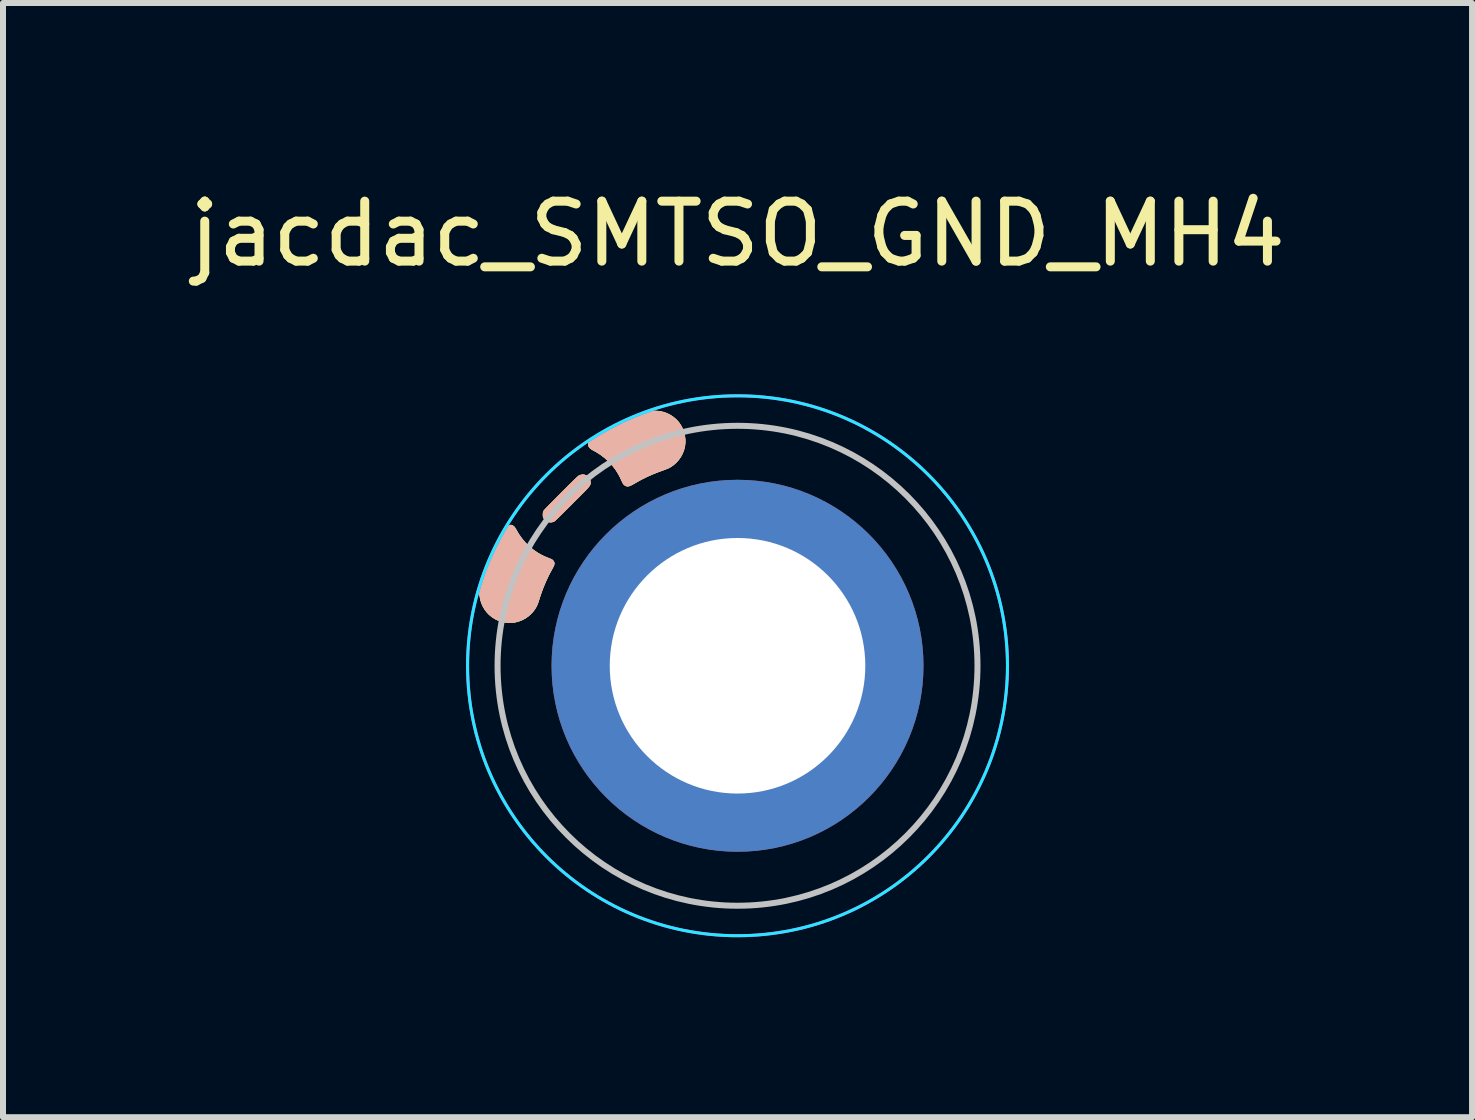
<source format=kicad_pcb>
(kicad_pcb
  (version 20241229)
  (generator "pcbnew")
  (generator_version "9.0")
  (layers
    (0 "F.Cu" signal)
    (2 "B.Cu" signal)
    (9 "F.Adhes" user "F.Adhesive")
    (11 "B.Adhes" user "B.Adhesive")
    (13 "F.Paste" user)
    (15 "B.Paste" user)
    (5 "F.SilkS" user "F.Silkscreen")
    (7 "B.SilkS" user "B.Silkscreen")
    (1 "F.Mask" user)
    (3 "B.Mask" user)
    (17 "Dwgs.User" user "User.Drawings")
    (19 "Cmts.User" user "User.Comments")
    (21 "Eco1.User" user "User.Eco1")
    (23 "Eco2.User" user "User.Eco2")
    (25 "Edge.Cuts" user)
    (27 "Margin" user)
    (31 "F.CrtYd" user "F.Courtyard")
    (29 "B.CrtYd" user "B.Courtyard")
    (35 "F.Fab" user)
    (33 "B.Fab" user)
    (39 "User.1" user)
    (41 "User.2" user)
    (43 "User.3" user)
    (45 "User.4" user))
  (footprint "jacdac_SMTSO_GND_MH4"
    (layer "F.Cu")
    (at 9.244 8.048)
    (property "Reference" "jacdac_SMTSO_GND_MH4" (at 0 -7.2 180) (layer "F.SilkS") (effects (font (size 1 1) (thickness 0.15))))
    (attr through_hole)
    (fp_poly (pts (xy -1.844 -2.994) (xy -1.861 -2.999) (xy -1.875 -3.007) (xy -1.886 -3.015) (xy -1.895 -3.023) (xy -1.903 -3.034) (xy -1.912 -3.048) (xy -1.921 -3.068) (xy -1.933 -3.093) (xy -1.933 -3.094) (xy -1.959 -3.147) (xy -1.985 -3.196) (xy -2.013 -3.242) (xy -2.033 -3.273) (xy -2.086 -3.341) (xy -2.145 -3.405) (xy -2.21 -3.464) (xy -2.279 -3.517) (xy -2.352 -3.564) (xy -2.393 -3.586) (xy -2.425 -3.604) (xy -2.449 -3.621) (xy -2.467 -3.638) (xy -2.479 -3.656) (xy -2.485 -3.675) (xy -2.486 -3.68) (xy -2.487 -3.699) (xy -2.483 -3.716) (xy -2.474 -3.733) (xy -2.459 -3.751) (xy -2.438 -3.77) (xy -2.41 -3.79) (xy -2.409 -3.79) (xy -2.297 -3.864) (xy -2.178 -3.935) (xy -2.053 -4.002) (xy -1.924 -4.065) (xy -1.791 -4.124) (xy -1.655 -4.177) (xy -1.599 -4.198) (xy -1.542 -4.217) (xy -1.49 -4.231) (xy -1.444 -4.24) (xy -1.402 -4.246) (xy -1.368 -4.246) (xy -1.303 -4.241) (xy -1.241 -4.228) (xy -1.182 -4.208) (xy -1.126 -4.181) (xy -1.074 -4.147) (xy -1.026 -4.107) (xy -0.983 -4.061) (xy -0.977 -4.053) (xy -0.944 -4.004) (xy -0.916 -3.951) (xy -0.895 -3.895) (xy -0.881 -3.837) (xy -0.873 -3.777) (xy -0.873 -3.717) (xy -0.879 -3.657) (xy -0.88 -3.653) (xy -0.895 -3.595) (xy -0.917 -3.538) (xy -0.946 -3.484) (xy -0.981 -3.434) (xy -1.021 -3.389) (xy -1.067 -3.348) (xy -1.117 -3.314) (xy -1.137 -3.302) (xy -1.151 -3.296) (xy -1.17 -3.288) (xy -1.193 -3.278) (xy -1.218 -3.268) (xy -1.244 -3.259) (xy -1.245 -3.259) (xy -1.34 -3.224) (xy -1.43 -3.187) (xy -1.515 -3.149) (xy -1.598 -3.108) (xy -1.679 -3.063) (xy -1.724 -3.037) (xy -1.756 -3.019) (xy -1.783 -3.006) (xy -1.806 -2.997) (xy -1.826 -2.993) (xy -1.844 -2.994)) (stroke (width 0.01) (type solid)) (fill yes) (layer "F.SilkS"))
    (fp_poly (pts (xy -3.936 -0.738) (xy -3.992 -0.757) (xy -4.045 -0.783) (xy -4.094 -0.815) (xy -4.139 -0.852) (xy -4.18 -0.895) (xy -4.215 -0.942) (xy -4.245 -0.994) (xy -4.269 -1.05) (xy -4.286 -1.11) (xy -4.297 -1.173) (xy -4.297 -1.174) (xy -4.299 -1.192) (xy -4.299 -1.212) (xy -4.297 -1.234) (xy -4.295 -1.262) (xy -4.294 -1.274) (xy -4.291 -1.295) (xy -4.288 -1.316) (xy -4.284 -1.337) (xy -4.279 -1.359) (xy -4.272 -1.383) (xy -4.264 -1.411) (xy -4.254 -1.442) (xy -4.242 -1.479) (xy -4.228 -1.522) (xy -4.222 -1.54) (xy -4.182 -1.649) (xy -4.136 -1.761) (xy -4.085 -1.874) (xy -4.031 -1.985) (xy -3.974 -2.093) (xy -3.914 -2.196) (xy -3.873 -2.263) (xy -3.856 -2.289) (xy -3.841 -2.309) (xy -3.827 -2.323) (xy -3.814 -2.333) (xy -3.801 -2.339) (xy -3.799 -2.34) (xy -3.78 -2.344) (xy -3.764 -2.342) (xy -3.75 -2.337) (xy -3.731 -2.324) (xy -3.713 -2.303) (xy -3.696 -2.276) (xy -3.693 -2.271) (xy -3.647 -2.192) (xy -3.595 -2.119) (xy -3.538 -2.051) (xy -3.475 -1.989) (xy -3.408 -1.933) (xy -3.336 -1.883) (xy -3.282 -1.852) (xy -3.253 -1.837) (xy -3.222 -1.822) (xy -3.19 -1.808) (xy -3.154 -1.793) (xy -3.122 -1.781) (xy -3.104 -1.774) (xy -3.092 -1.767) (xy -3.082 -1.759) (xy -3.074 -1.751) (xy -3.063 -1.734) (xy -3.056 -1.717) (xy -3.056 -1.698) (xy -3.06 -1.677) (xy -3.071 -1.653) (xy -3.082 -1.631) (xy -3.144 -1.517) (xy -3.2 -1.398) (xy -3.251 -1.274) (xy -3.296 -1.144) (xy -3.305 -1.114) (xy -3.316 -1.08) (xy -3.325 -1.053) (xy -3.334 -1.03) (xy -3.342 -1.01) (xy -3.35 -0.992) (xy -3.36 -0.975) (xy -3.367 -0.962) (xy -3.402 -0.912) (xy -3.442 -0.867) (xy -3.487 -0.827) (xy -3.537 -0.792) (xy -3.59 -0.764) (xy -3.646 -0.742) (xy -3.704 -0.727) (xy -3.752 -0.72) (xy -3.816 -0.719) (xy -3.877 -0.725) (xy -3.936 -0.738)) (stroke (width 0.01) (type solid)) (fill yes) (layer "F.SilkS"))
    (fp_poly (pts (xy -3.135 -2.395) (xy -3.164 -2.402) (xy -3.19 -2.416) (xy -3.213 -2.436) (xy -3.229 -2.459) (xy -3.235 -2.47) (xy -3.238 -2.48) (xy -3.24 -2.49) (xy -3.241 -2.505) (xy -3.241 -2.518) (xy -3.24 -2.538) (xy -3.239 -2.552) (xy -3.236 -2.563) (xy -3.232 -2.574) (xy -3.231 -2.576) (xy -3.229 -2.58) (xy -3.224 -2.587) (xy -3.217 -2.595) (xy -3.207 -2.606) (xy -3.194 -2.62) (xy -3.178 -2.637) (xy -3.158 -2.657) (xy -3.135 -2.681) (xy -3.107 -2.709) (xy -3.075 -2.742) (xy -3.039 -2.779) (xy -2.997 -2.821) (xy -2.95 -2.868) (xy -2.94 -2.878) (xy -2.893 -2.925) (xy -2.851 -2.967) (xy -2.815 -3.003) (xy -2.783 -3.035) (xy -2.755 -3.062) (xy -2.731 -3.086) (xy -2.711 -3.106) (xy -2.693 -3.122) (xy -2.679 -3.136) (xy -2.667 -3.146) (xy -2.658 -3.155) (xy -2.65 -3.161) (xy -2.644 -3.166) (xy -2.639 -3.169) (xy -2.635 -3.171) (xy -2.61 -3.179) (xy -2.583 -3.183) (xy -2.557 -3.182) (xy -2.548 -3.18) (xy -2.518 -3.168) (xy -2.493 -3.15) (xy -2.474 -3.127) (xy -2.46 -3.1) (xy -2.454 -3.07) (xy -2.454 -3.048) (xy -2.454 -3.041) (xy -2.455 -3.034) (xy -2.456 -3.027) (xy -2.458 -3.021) (xy -2.46 -3.014) (xy -2.465 -3.006) (xy -2.471 -2.997) (xy -2.479 -2.986) (xy -2.489 -2.974) (xy -2.502 -2.959) (xy -2.518 -2.942) (xy -2.537 -2.922) (xy -2.559 -2.899) (xy -2.586 -2.872) (xy -2.617 -2.841) (xy -2.652 -2.806) (xy -2.692 -2.766) (xy -2.737 -2.721) (xy -2.763 -2.694) (xy -2.81 -2.648) (xy -2.851 -2.607) (xy -2.888 -2.57) (xy -2.919 -2.539) (xy -2.947 -2.512) (xy -2.971 -2.488) (xy -2.991 -2.469) (xy -3.008 -2.452) (xy -3.022 -2.439) (xy -3.034 -2.428) (xy -3.043 -2.42) (xy -3.051 -2.413) (xy -3.057 -2.409) (xy -3.062 -2.405) (xy -3.066 -2.403) (xy -3.07 -2.401) (xy -3.072 -2.401) (xy -3.104 -2.394) (xy -3.135 -2.395)) (stroke (width 0.01) (type solid)) (fill yes) (layer "F.SilkS"))
    (fp_poly (pts (xy -1.845 -2.996) (xy -1.862 -3.001) (xy -1.876 -3.009) (xy -1.887 -3.016) (xy -1.895 -3.025) (xy -1.904 -3.036) (xy -1.912 -3.05) (xy -1.922 -3.069) (xy -1.934 -3.094) (xy -1.934 -3.095) (xy -1.959 -3.149) (xy -1.985 -3.198) (xy -2.014 -3.244) (xy -2.034 -3.274) (xy -2.087 -3.343) (xy -2.146 -3.407) (xy -2.211 -3.465) (xy -2.28 -3.519) (xy -2.353 -3.565) (xy -2.394 -3.588) (xy -2.426 -3.605) (xy -2.45 -3.623) (xy -2.468 -3.64) (xy -2.48 -3.658) (xy -2.486 -3.677) (xy -2.487 -3.682) (xy -2.488 -3.7) (xy -2.484 -3.718) (xy -2.475 -3.735) (xy -2.46 -3.752) (xy -2.439 -3.771) (xy -2.41 -3.792) (xy -2.41 -3.792) (xy -2.298 -3.866) (xy -2.179 -3.936) (xy -2.054 -4.003) (xy -1.925 -4.067) (xy -1.792 -4.125) (xy -1.656 -4.179) (xy -1.6 -4.199) (xy -1.542 -4.218) (xy -1.491 -4.232) (xy -1.444 -4.242) (xy -1.403 -4.247) (xy -1.369 -4.248) (xy -1.304 -4.242) (xy -1.242 -4.23) (xy -1.183 -4.21) (xy -1.127 -4.183) (xy -1.075 -4.149) (xy -1.027 -4.109) (xy -0.984 -4.062) (xy -0.978 -4.055) (xy -0.945 -4.006) (xy -0.917 -3.953) (xy -0.896 -3.897) (xy -0.882 -3.838) (xy -0.874 -3.778) (xy -0.873 -3.718) (xy -0.88 -3.659) (xy -0.881 -3.655) (xy -0.896 -3.596) (xy -0.918 -3.54) (xy -0.947 -3.486) (xy -0.981 -3.436) (xy -1.022 -3.39) (xy -1.067 -3.35) (xy -1.117 -3.316) (xy -1.138 -3.304) (xy -1.151 -3.297) (xy -1.171 -3.289) (xy -1.194 -3.28) (xy -1.219 -3.27) (xy -1.245 -3.261) (xy -1.245 -3.26) (xy -1.341 -3.225) (xy -1.431 -3.189) (xy -1.516 -3.15) (xy -1.598 -3.109) (xy -1.68 -3.065) (xy -1.724 -3.039) (xy -1.757 -3.02) (xy -1.784 -3.007) (xy -1.807 -2.999) (xy -1.827 -2.995) (xy -1.845 -2.996)) (stroke (width 0.01) (type solid)) (fill yes) (layer "B.SilkS"))
    (fp_poly (pts (xy -3.937 -0.739) (xy -3.993 -0.759) (xy -4.046 -0.785) (xy -4.095 -0.817) (xy -4.14 -0.854) (xy -4.181 -0.897) (xy -4.216 -0.944) (xy -4.246 -0.996) (xy -4.27 -1.052) (xy -4.287 -1.111) (xy -4.298 -1.174) (xy -4.298 -1.176) (xy -4.299 -1.194) (xy -4.299 -1.213) (xy -4.298 -1.236) (xy -4.296 -1.264) (xy -4.294 -1.275) (xy -4.292 -1.297) (xy -4.289 -1.318) (xy -4.285 -1.339) (xy -4.28 -1.361) (xy -4.273 -1.385) (xy -4.265 -1.412) (xy -4.255 -1.444) (xy -4.243 -1.481) (xy -4.229 -1.523) (xy -4.223 -1.541) (xy -4.182 -1.651) (xy -4.137 -1.763) (xy -4.086 -1.875) (xy -4.032 -1.986) (xy -3.975 -2.094) (xy -3.915 -2.197) (xy -3.874 -2.265) (xy -3.856 -2.291) (xy -3.841 -2.31) (xy -3.828 -2.324) (xy -3.815 -2.334) (xy -3.802 -2.341) (xy -3.8 -2.341) (xy -3.781 -2.345) (xy -3.764 -2.344) (xy -3.751 -2.338) (xy -3.732 -2.325) (xy -3.714 -2.305) (xy -3.696 -2.278) (xy -3.694 -2.272) (xy -3.648 -2.194) (xy -3.596 -2.121) (xy -3.538 -2.053) (xy -3.476 -1.991) (xy -3.409 -1.935) (xy -3.337 -1.885) (xy -3.283 -1.854) (xy -3.253 -1.838) (xy -3.223 -1.824) (xy -3.191 -1.809) (xy -3.154 -1.795) (xy -3.123 -1.782) (xy -3.105 -1.775) (xy -3.093 -1.768) (xy -3.083 -1.761) (xy -3.075 -1.752) (xy -3.064 -1.735) (xy -3.057 -1.718) (xy -3.056 -1.7) (xy -3.061 -1.679) (xy -3.071 -1.654) (xy -3.083 -1.633) (xy -3.145 -1.518) (xy -3.201 -1.399) (xy -3.251 -1.275) (xy -3.297 -1.146) (xy -3.306 -1.116) (xy -3.317 -1.082) (xy -3.326 -1.054) (xy -3.334 -1.031) (xy -3.343 -1.012) (xy -3.351 -0.994) (xy -3.361 -0.976) (xy -3.368 -0.963) (xy -3.402 -0.913) (xy -3.443 -0.868) (xy -3.488 -0.828) (xy -3.537 -0.794) (xy -3.591 -0.765) (xy -3.647 -0.743) (xy -3.705 -0.728) (xy -3.753 -0.722) (xy -3.816 -0.72) (xy -3.878 -0.726) (xy -3.937 -0.739)) (stroke (width 0.01) (type solid)) (fill yes) (layer "B.SilkS"))
    (fp_poly (pts (xy -3.135 -2.396) (xy -3.165 -2.404) (xy -3.191 -2.418) (xy -3.214 -2.438) (xy -3.23 -2.461) (xy -3.236 -2.472) (xy -3.239 -2.481) (xy -3.241 -2.492) (xy -3.242 -2.506) (xy -3.242 -2.52) (xy -3.241 -2.539) (xy -3.24 -2.553) (xy -3.237 -2.565) (xy -3.233 -2.576) (xy -3.232 -2.577) (xy -3.229 -2.582) (xy -3.225 -2.588) (xy -3.218 -2.597) (xy -3.208 -2.608) (xy -3.195 -2.621) (xy -3.179 -2.638) (xy -3.159 -2.659) (xy -3.136 -2.683) (xy -3.108 -2.711) (xy -3.076 -2.743) (xy -3.04 -2.78) (xy -2.998 -2.822) (xy -2.951 -2.869) (xy -2.94 -2.88) (xy -2.894 -2.927) (xy -2.852 -2.968) (xy -2.816 -3.005) (xy -2.783 -3.036) (xy -2.756 -3.064) (xy -2.732 -3.087) (xy -2.711 -3.107) (xy -2.694 -3.124) (xy -2.68 -3.137) (xy -2.668 -3.148) (xy -2.659 -3.156) (xy -2.651 -3.163) (xy -2.645 -3.167) (xy -2.64 -3.17) (xy -2.636 -3.172) (xy -2.61 -3.181) (xy -2.583 -3.185) (xy -2.558 -3.183) (xy -2.549 -3.181) (xy -2.519 -3.169) (xy -2.494 -3.151) (xy -2.474 -3.128) (xy -2.461 -3.102) (xy -2.455 -3.071) (xy -2.455 -3.05) (xy -2.455 -3.042) (xy -2.456 -3.035) (xy -2.457 -3.029) (xy -2.458 -3.022) (xy -2.461 -3.015) (xy -2.466 -3.007) (xy -2.471 -2.998) (xy -2.479 -2.988) (xy -2.49 -2.976) (xy -2.503 -2.961) (xy -2.518 -2.944) (xy -2.538 -2.924) (xy -2.56 -2.9) (xy -2.587 -2.873) (xy -2.617 -2.843) (xy -2.653 -2.807) (xy -2.693 -2.767) (xy -2.738 -2.722) (xy -2.764 -2.696) (xy -2.811 -2.649) (xy -2.852 -2.608) (xy -2.888 -2.572) (xy -2.92 -2.54) (xy -2.948 -2.513) (xy -2.972 -2.49) (xy -2.992 -2.47) (xy -3.009 -2.454) (xy -3.023 -2.44) (xy -3.034 -2.43) (xy -3.044 -2.421) (xy -3.051 -2.415) (xy -3.058 -2.41) (xy -3.063 -2.407) (xy -3.067 -2.405) (xy -3.071 -2.403) (xy -3.073 -2.402) (xy -3.104 -2.396) (xy -3.135 -2.396)) (stroke (width 0.01) (type solid)) (fill yes) (layer "B.SilkS"))
    (fp_circle (center 0 0) (end 0 -4) (stroke (width 0.1) (type default)) (fill no) (layer "Dwgs.User"))
    (fp_circle (center 0 0) (end 0 -4.5) (stroke (width 0.05) (type default)) (fill no) (layer "B.CrtYd"))
    (fp_circle (center 0 0) (end 0 -4.5) (stroke (width 0.05) (type default)) (fill no) (layer "F.CrtYd"))
    (pad "1" thru_hole circle (at 0 0 45) (size 6.2 6.2) (drill 4.26) (layers "*.Cu" "*.Mask"))
    (zone (net_name "") (layers "F.Cu" "B.Cu") (hatch edge 0.5) (connect_pads) (min_thickness 0.25) (filled_areas_thickness no) (keepout (tracks allowed) (vias allowed) (pads allowed) (copperpour not_allowed) (footprints allowed)) (placement (enabled no)) (fill) (polygon (pts (xy 13.239 7.852) (xy 13.201 7.461) (xy 13.124 7.076) (xy 13.01 6.701) (xy 12.86 6.338) (xy 12.675 5.992) (xy 12.457 5.665) (xy 12.208 5.362) (xy 11.93 5.084) (xy 11.627 4.835) (xy 11.3 4.617) (xy 10.954 4.432) (xy 10.592 4.282) (xy 10.216 4.168) (xy 9.831 4.092) (xy 9.44 4.053) (xy 9.048 4.053) (xy 8.657 4.092) (xy 8.272 4.168) (xy 7.896 4.282) (xy 7.534 4.432) (xy 7.188 4.617) (xy 6.861 4.835) (xy 6.558 5.084) (xy 6.28 5.362) (xy 6.031 5.665) (xy 5.813 5.992) (xy 5.628 6.338) (xy 5.478 6.701) (xy 5.364 7.076) (xy 5.287 7.461) (xy 5.249 7.852) (xy 5.249 8.245) (xy 5.287 8.635) (xy 5.364 9.02) (xy 5.478 9.396) (xy 5.628 9.758) (xy 5.813 10.105) (xy 6.031 10.431) (xy 6.28 10.734) (xy 6.558 11.012) (xy 6.861 11.261) (xy 7.188 11.479) (xy 7.534 11.664) (xy 7.896 11.814) (xy 8.272 11.928) (xy 8.657 12.005) (xy 9.048 12.043) (xy 9.44 12.043) (xy 9.831 12.005) (xy 10.216 11.928) (xy 10.592 11.814) (xy 10.954 11.664) (xy 11.3 11.479) (xy 11.627 11.261) (xy 11.93 11.012) (xy 12.208 10.734) (xy 12.457 10.431) (xy 12.675 10.105) (xy 12.86 9.758) (xy 13.01 9.396) (xy 13.124 9.02) (xy 13.201 8.635) (xy 13.239 8.245)))))
  (gr_rect
    (start -3 -3)
    (end 21.488 15.573)
    (stroke (width 0.1) (type default))
    (fill no)
    (layer "Edge.Cuts")))
</source>
